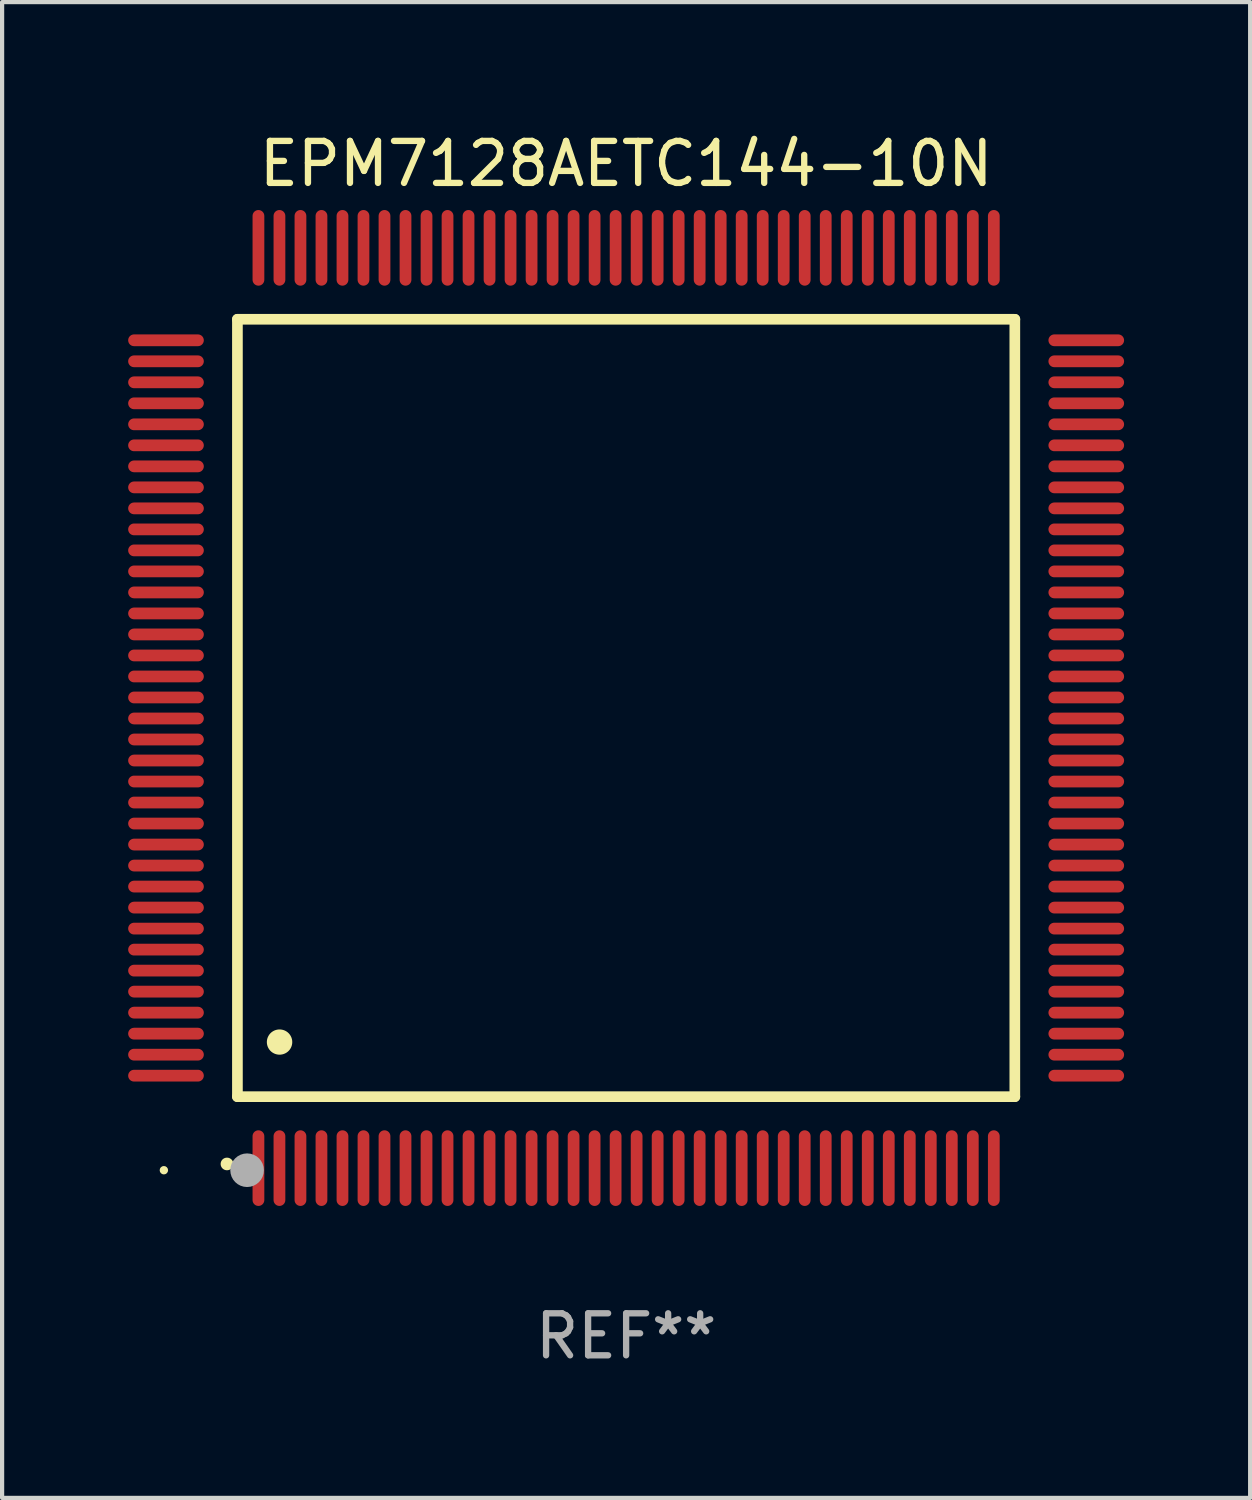
<source format=kicad_pcb>
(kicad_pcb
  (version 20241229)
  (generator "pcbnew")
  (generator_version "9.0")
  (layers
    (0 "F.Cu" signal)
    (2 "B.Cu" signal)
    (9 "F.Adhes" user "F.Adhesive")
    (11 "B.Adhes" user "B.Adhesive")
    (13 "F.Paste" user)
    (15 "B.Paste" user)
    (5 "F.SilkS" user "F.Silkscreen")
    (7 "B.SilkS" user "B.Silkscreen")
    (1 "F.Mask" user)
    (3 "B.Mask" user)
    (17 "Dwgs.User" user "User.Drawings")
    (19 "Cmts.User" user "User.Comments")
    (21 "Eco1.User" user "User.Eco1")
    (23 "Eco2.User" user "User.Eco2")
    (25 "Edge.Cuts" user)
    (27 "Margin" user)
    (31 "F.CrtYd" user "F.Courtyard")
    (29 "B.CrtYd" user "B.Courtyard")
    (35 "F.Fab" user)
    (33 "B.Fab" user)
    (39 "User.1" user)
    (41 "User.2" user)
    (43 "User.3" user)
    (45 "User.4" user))
  (footprint "EPM7128AETC144-10N"
    (layer "F.Cu")
    (at 11.85 13.798)
    (property "Reference" "EPM7128AETC144-10N" (at 0 -12.95 0) (layer "F.SilkS") (effects (font (size 1 1) (thickness 0.15))))
    (attr through_hole)
    (fp_line (start -9.25 -9.25) (end -9.25 9.25) (stroke (width 0.254) (type solid)) (layer "F.SilkS"))
    (fp_line (start -9.25 9.25) (end 9.25 9.25) (stroke (width 0.254) (type solid)) (layer "F.SilkS"))
    (fp_line (start 9.25 -9.25) (end -9.25 -9.25) (stroke (width 0.254) (type solid)) (layer "F.SilkS"))
    (fp_line (start 9.25 9.25) (end 9.25 -9.25) (stroke (width 0.254) (type solid)) (layer "F.SilkS"))
    (fp_arc (start -9.499619 10.850902) (mid -9.498349 10.850897) (end -9.497079 10.850902) (stroke (width 0.3) (type solid)) (layer "F.SilkS"))
    (fp_arc (start -8.249936 7.950216) (mid -8.247396 7.950205) (end -8.244856 7.950216) (stroke (width 0.6) (type solid)) (layer "F.SilkS"))
    (fp_circle (center -11 11) (end -10.95 11) (stroke (width 0.1) (type solid)) (fill no) (layer "F.SilkS"))
    (fp_circle (center -9.02 11) (end -8.82 11) (stroke (width 0.4) (type solid)) (fill no) (layer "F.Fab"))
    (fp_text user "REF**" (at 0 14.95 0) (layer "F.Fab") (effects (font (size 1 1) (thickness 0.15))))
    (pad "1" smd oval (at -8.75 10.95) (size 0.28 1.8) (layers "F.Cu" "F.Mask" "F.Paste"))
    (pad "2" smd oval (at -8.25 10.95) (size 0.28 1.8) (layers "F.Cu" "F.Mask" "F.Paste"))
    (pad "3" smd oval (at -7.75 10.95) (size 0.28 1.8) (layers "F.Cu" "F.Mask" "F.Paste"))
    (pad "4" smd oval (at -7.25 10.95) (size 0.28 1.8) (layers "F.Cu" "F.Mask" "F.Paste"))
    (pad "5" smd oval (at -6.75 10.95) (size 0.28 1.8) (layers "F.Cu" "F.Mask" "F.Paste"))
    (pad "6" smd oval (at -6.25 10.95) (size 0.28 1.8) (layers "F.Cu" "F.Mask" "F.Paste"))
    (pad "7" smd oval (at -5.75 10.95) (size 0.28 1.8) (layers "F.Cu" "F.Mask" "F.Paste"))
    (pad "8" smd oval (at -5.25 10.95) (size 0.28 1.8) (layers "F.Cu" "F.Mask" "F.Paste"))
    (pad "9" smd oval (at -4.75 10.95) (size 0.28 1.8) (layers "F.Cu" "F.Mask" "F.Paste"))
    (pad "10" smd oval (at -4.25 10.95) (size 0.28 1.8) (layers "F.Cu" "F.Mask" "F.Paste"))
    (pad "11" smd oval (at -3.75 10.95) (size 0.28 1.8) (layers "F.Cu" "F.Mask" "F.Paste"))
    (pad "12" smd oval (at -3.25 10.95) (size 0.28 1.8) (layers "F.Cu" "F.Mask" "F.Paste"))
    (pad "13" smd oval (at -2.75 10.95) (size 0.28 1.8) (layers "F.Cu" "F.Mask" "F.Paste"))
    (pad "14" smd oval (at -2.25 10.95) (size 0.28 1.8) (layers "F.Cu" "F.Mask" "F.Paste"))
    (pad "15" smd oval (at -1.75 10.95) (size 0.28 1.8) (layers "F.Cu" "F.Mask" "F.Paste"))
    (pad "16" smd oval (at -1.25 10.95) (size 0.28 1.8) (layers "F.Cu" "F.Mask" "F.Paste"))
    (pad "17" smd oval (at -0.75 10.95) (size 0.28 1.8) (layers "F.Cu" "F.Mask" "F.Paste"))
    (pad "18" smd oval (at -0.25 10.95) (size 0.28 1.8) (layers "F.Cu" "F.Mask" "F.Paste"))
    (pad "19" smd oval (at 0.25 10.95) (size 0.28 1.8) (layers "F.Cu" "F.Mask" "F.Paste"))
    (pad "20" smd oval (at 0.75 10.95) (size 0.28 1.8) (layers "F.Cu" "F.Mask" "F.Paste"))
    (pad "21" smd oval (at 1.25 10.95) (size 0.28 1.8) (layers "F.Cu" "F.Mask" "F.Paste"))
    (pad "22" smd oval (at 1.75 10.95) (size 0.28 1.8) (layers "F.Cu" "F.Mask" "F.Paste"))
    (pad "23" smd oval (at 2.25 10.95) (size 0.28 1.8) (layers "F.Cu" "F.Mask" "F.Paste"))
    (pad "24" smd oval (at 2.75 10.95) (size 0.28 1.8) (layers "F.Cu" "F.Mask" "F.Paste"))
    (pad "25" smd oval (at 3.25 10.95) (size 0.28 1.8) (layers "F.Cu" "F.Mask" "F.Paste"))
    (pad "26" smd oval (at 3.75 10.95) (size 0.28 1.8) (layers "F.Cu" "F.Mask" "F.Paste"))
    (pad "27" smd oval (at 4.25 10.95) (size 0.28 1.8) (layers "F.Cu" "F.Mask" "F.Paste"))
    (pad "28" smd oval (at 4.75 10.95) (size 0.28 1.8) (layers "F.Cu" "F.Mask" "F.Paste"))
    (pad "29" smd oval (at 5.25 10.95) (size 0.28 1.8) (layers "F.Cu" "F.Mask" "F.Paste"))
    (pad "30" smd oval (at 5.75 10.95) (size 0.28 1.8) (layers "F.Cu" "F.Mask" "F.Paste"))
    (pad "31" smd oval (at 6.25 10.95) (size 0.28 1.8) (layers "F.Cu" "F.Mask" "F.Paste"))
    (pad "32" smd oval (at 6.75 10.95) (size 0.28 1.8) (layers "F.Cu" "F.Mask" "F.Paste"))
    (pad "33" smd oval (at 7.25 10.95) (size 0.28 1.8) (layers "F.Cu" "F.Mask" "F.Paste"))
    (pad "34" smd oval (at 7.75 10.95) (size 0.28 1.8) (layers "F.Cu" "F.Mask" "F.Paste"))
    (pad "35" smd oval (at 8.25 10.95) (size 0.28 1.8) (layers "F.Cu" "F.Mask" "F.Paste"))
    (pad "36" smd oval (at 8.75 10.95) (size 0.28 1.8) (layers "F.Cu" "F.Mask" "F.Paste"))
    (pad "37" smd oval (at 10.95 8.75) (size 1.8 0.28) (layers "F.Cu" "F.Mask" "F.Paste"))
    (pad "38" smd oval (at 10.95 8.25) (size 1.8 0.28) (layers "F.Cu" "F.Mask" "F.Paste"))
    (pad "39" smd oval (at 10.95 7.75) (size 1.8 0.28) (layers "F.Cu" "F.Mask" "F.Paste"))
    (pad "40" smd oval (at 10.95 7.25) (size 1.8 0.28) (layers "F.Cu" "F.Mask" "F.Paste"))
    (pad "41" smd oval (at 10.95 6.75) (size 1.8 0.28) (layers "F.Cu" "F.Mask" "F.Paste"))
    (pad "42" smd oval (at 10.95 6.25) (size 1.8 0.28) (layers "F.Cu" "F.Mask" "F.Paste"))
    (pad "43" smd oval (at 10.95 5.75) (size 1.8 0.28) (layers "F.Cu" "F.Mask" "F.Paste"))
    (pad "44" smd oval (at 10.95 5.25) (size 1.8 0.28) (layers "F.Cu" "F.Mask" "F.Paste"))
    (pad "45" smd oval (at 10.95 4.75) (size 1.8 0.28) (layers "F.Cu" "F.Mask" "F.Paste"))
    (pad "46" smd oval (at 10.95 4.25) (size 1.8 0.28) (layers "F.Cu" "F.Mask" "F.Paste"))
    (pad "47" smd oval (at 10.95 3.75) (size 1.8 0.28) (layers "F.Cu" "F.Mask" "F.Paste"))
    (pad "48" smd oval (at 10.95 3.25) (size 1.8 0.28) (layers "F.Cu" "F.Mask" "F.Paste"))
    (pad "49" smd oval (at 10.95 2.75) (size 1.8 0.28) (layers "F.Cu" "F.Mask" "F.Paste"))
    (pad "50" smd oval (at 10.95 2.25) (size 1.8 0.28) (layers "F.Cu" "F.Mask" "F.Paste"))
    (pad "51" smd oval (at 10.95 1.75) (size 1.8 0.28) (layers "F.Cu" "F.Mask" "F.Paste"))
    (pad "52" smd oval (at 10.95 1.25) (size 1.8 0.28) (layers "F.Cu" "F.Mask" "F.Paste"))
    (pad "53" smd oval (at 10.95 0.75) (size 1.8 0.28) (layers "F.Cu" "F.Mask" "F.Paste"))
    (pad "54" smd oval (at 10.95 0.25) (size 1.8 0.28) (layers "F.Cu" "F.Mask" "F.Paste"))
    (pad "55" smd oval (at 10.95 -0.25) (size 1.8 0.28) (layers "F.Cu" "F.Mask" "F.Paste"))
    (pad "56" smd oval (at 10.95 -0.75) (size 1.8 0.28) (layers "F.Cu" "F.Mask" "F.Paste"))
    (pad "57" smd oval (at 10.95 -1.25) (size 1.8 0.28) (layers "F.Cu" "F.Mask" "F.Paste"))
    (pad "58" smd oval (at 10.95 -1.75) (size 1.8 0.28) (layers "F.Cu" "F.Mask" "F.Paste"))
    (pad "59" smd oval (at 10.95 -2.25) (size 1.8 0.28) (layers "F.Cu" "F.Mask" "F.Paste"))
    (pad "60" smd oval (at 10.95 -2.75) (size 1.8 0.28) (layers "F.Cu" "F.Mask" "F.Paste"))
    (pad "61" smd oval (at 10.95 -3.25) (size 1.8 0.28) (layers "F.Cu" "F.Mask" "F.Paste"))
    (pad "62" smd oval (at 10.95 -3.75) (size 1.8 0.28) (layers "F.Cu" "F.Mask" "F.Paste"))
    (pad "63" smd oval (at 10.95 -4.25) (size 1.8 0.28) (layers "F.Cu" "F.Mask" "F.Paste"))
    (pad "64" smd oval (at 10.95 -4.75) (size 1.8 0.28) (layers "F.Cu" "F.Mask" "F.Paste"))
    (pad "65" smd oval (at 10.95 -5.25) (size 1.8 0.28) (layers "F.Cu" "F.Mask" "F.Paste"))
    (pad "66" smd oval (at 10.95 -5.75) (size 1.8 0.28) (layers "F.Cu" "F.Mask" "F.Paste"))
    (pad "67" smd oval (at 10.95 -6.25) (size 1.8 0.28) (layers "F.Cu" "F.Mask" "F.Paste"))
    (pad "68" smd oval (at 10.95 -6.75) (size 1.8 0.28) (layers "F.Cu" "F.Mask" "F.Paste"))
    (pad "69" smd oval (at 10.95 -7.25) (size 1.8 0.28) (layers "F.Cu" "F.Mask" "F.Paste"))
    (pad "70" smd oval (at 10.95 -7.75) (size 1.8 0.28) (layers "F.Cu" "F.Mask" "F.Paste"))
    (pad "71" smd oval (at 10.95 -8.25) (size 1.8 0.28) (layers "F.Cu" "F.Mask" "F.Paste"))
    (pad "72" smd oval (at 10.95 -8.75) (size 1.8 0.28) (layers "F.Cu" "F.Mask" "F.Paste"))
    (pad "73" smd oval (at 8.75 -10.95) (size 0.28 1.8) (layers "F.Cu" "F.Mask" "F.Paste"))
    (pad "74" smd oval (at 8.25 -10.95) (size 0.28 1.8) (layers "F.Cu" "F.Mask" "F.Paste"))
    (pad "75" smd oval (at 7.75 -10.95) (size 0.28 1.8) (layers "F.Cu" "F.Mask" "F.Paste"))
    (pad "76" smd oval (at 7.25 -10.95) (size 0.28 1.8) (layers "F.Cu" "F.Mask" "F.Paste"))
    (pad "77" smd oval (at 6.75 -10.95) (size 0.28 1.8) (layers "F.Cu" "F.Mask" "F.Paste"))
    (pad "78" smd oval (at 6.25 -10.95) (size 0.28 1.8) (layers "F.Cu" "F.Mask" "F.Paste"))
    (pad "79" smd oval (at 5.75 -10.95) (size 0.28 1.8) (layers "F.Cu" "F.Mask" "F.Paste"))
    (pad "80" smd oval (at 5.25 -10.95) (size 0.28 1.8) (layers "F.Cu" "F.Mask" "F.Paste"))
    (pad "81" smd oval (at 4.75 -10.95) (size 0.28 1.8) (layers "F.Cu" "F.Mask" "F.Paste"))
    (pad "82" smd oval (at 4.25 -10.95) (size 0.28 1.8) (layers "F.Cu" "F.Mask" "F.Paste"))
    (pad "83" smd oval (at 3.75 -10.95) (size 0.28 1.8) (layers "F.Cu" "F.Mask" "F.Paste"))
    (pad "84" smd oval (at 3.25 -10.95) (size 0.28 1.8) (layers "F.Cu" "F.Mask" "F.Paste"))
    (pad "85" smd oval (at 2.75 -10.95) (size 0.28 1.8) (layers "F.Cu" "F.Mask" "F.Paste"))
    (pad "86" smd oval (at 2.25 -10.95) (size 0.28 1.8) (layers "F.Cu" "F.Mask" "F.Paste"))
    (pad "87" smd oval (at 1.75 -10.95) (size 0.28 1.8) (layers "F.Cu" "F.Mask" "F.Paste"))
    (pad "88" smd oval (at 1.25 -10.95) (size 0.28 1.8) (layers "F.Cu" "F.Mask" "F.Paste"))
    (pad "89" smd oval (at 0.75 -10.95) (size 0.28 1.8) (layers "F.Cu" "F.Mask" "F.Paste"))
    (pad "90" smd oval (at 0.25 -10.95) (size 0.28 1.8) (layers "F.Cu" "F.Mask" "F.Paste"))
    (pad "91" smd oval (at -0.25 -10.95) (size 0.28 1.8) (layers "F.Cu" "F.Mask" "F.Paste"))
    (pad "92" smd oval (at -0.75 -10.95) (size 0.28 1.8) (layers "F.Cu" "F.Mask" "F.Paste"))
    (pad "93" smd oval (at -1.25 -10.95) (size 0.28 1.8) (layers "F.Cu" "F.Mask" "F.Paste"))
    (pad "94" smd oval (at -1.75 -10.95) (size 0.28 1.8) (layers "F.Cu" "F.Mask" "F.Paste"))
    (pad "95" smd oval (at -2.25 -10.95) (size 0.28 1.8) (layers "F.Cu" "F.Mask" "F.Paste"))
    (pad "96" smd oval (at -2.75 -10.95) (size 0.28 1.8) (layers "F.Cu" "F.Mask" "F.Paste"))
    (pad "97" smd oval (at -3.25 -10.95) (size 0.28 1.8) (layers "F.Cu" "F.Mask" "F.Paste"))
    (pad "98" smd oval (at -3.75 -10.95) (size 0.28 1.8) (layers "F.Cu" "F.Mask" "F.Paste"))
    (pad "99" smd oval (at -4.25 -10.95) (size 0.28 1.8) (layers "F.Cu" "F.Mask" "F.Paste"))
    (pad "100" smd oval (at -4.75 -10.95) (size 0.28 1.8) (layers "F.Cu" "F.Mask" "F.Paste"))
    (pad "101" smd oval (at -5.25 -10.95) (size 0.28 1.8) (layers "F.Cu" "F.Mask" "F.Paste"))
    (pad "102" smd oval (at -5.75 -10.95) (size 0.28 1.8) (layers "F.Cu" "F.Mask" "F.Paste"))
    (pad "103" smd oval (at -6.25 -10.95) (size 0.28 1.8) (layers "F.Cu" "F.Mask" "F.Paste"))
    (pad "104" smd oval (at -6.75 -10.95) (size 0.28 1.8) (layers "F.Cu" "F.Mask" "F.Paste"))
    (pad "105" smd oval (at -7.25 -10.95) (size 0.28 1.8) (layers "F.Cu" "F.Mask" "F.Paste"))
    (pad "106" smd oval (at -7.75 -10.95) (size 0.28 1.8) (layers "F.Cu" "F.Mask" "F.Paste"))
    (pad "107" smd oval (at -8.25 -10.95) (size 0.28 1.8) (layers "F.Cu" "F.Mask" "F.Paste"))
    (pad "108" smd oval (at -8.75 -10.95) (size 0.28 1.8) (layers "F.Cu" "F.Mask" "F.Paste"))
    (pad "109" smd oval (at -10.95 -8.75) (size 1.8 0.28) (layers "F.Cu" "F.Mask" "F.Paste"))
    (pad "110" smd oval (at -10.95 -8.25) (size 1.8 0.28) (layers "F.Cu" "F.Mask" "F.Paste"))
    (pad "111" smd oval (at -10.95 -7.75) (size 1.8 0.28) (layers "F.Cu" "F.Mask" "F.Paste"))
    (pad "112" smd oval (at -10.95 -7.25) (size 1.8 0.28) (layers "F.Cu" "F.Mask" "F.Paste"))
    (pad "113" smd oval (at -10.95 -6.75) (size 1.8 0.28) (layers "F.Cu" "F.Mask" "F.Paste"))
    (pad "114" smd oval (at -10.95 -6.25) (size 1.8 0.28) (layers "F.Cu" "F.Mask" "F.Paste"))
    (pad "115" smd oval (at -10.95 -5.75) (size 1.8 0.28) (layers "F.Cu" "F.Mask" "F.Paste"))
    (pad "116" smd oval (at -10.95 -5.25) (size 1.8 0.28) (layers "F.Cu" "F.Mask" "F.Paste"))
    (pad "117" smd oval (at -10.95 -4.75) (size 1.8 0.28) (layers "F.Cu" "F.Mask" "F.Paste"))
    (pad "118" smd oval (at -10.95 -4.25) (size 1.8 0.28) (layers "F.Cu" "F.Mask" "F.Paste"))
    (pad "119" smd oval (at -10.95 -3.75) (size 1.8 0.28) (layers "F.Cu" "F.Mask" "F.Paste"))
    (pad "120" smd oval (at -10.95 -3.25) (size 1.8 0.28) (layers "F.Cu" "F.Mask" "F.Paste"))
    (pad "121" smd oval (at -10.95 -2.75) (size 1.8 0.28) (layers "F.Cu" "F.Mask" "F.Paste"))
    (pad "122" smd oval (at -10.95 -2.25) (size 1.8 0.28) (layers "F.Cu" "F.Mask" "F.Paste"))
    (pad "123" smd oval (at -10.95 -1.75) (size 1.8 0.28) (layers "F.Cu" "F.Mask" "F.Paste"))
    (pad "124" smd oval (at -10.95 -1.25) (size 1.8 0.28) (layers "F.Cu" "F.Mask" "F.Paste"))
    (pad "125" smd oval (at -10.95 -0.75) (size 1.8 0.28) (layers "F.Cu" "F.Mask" "F.Paste"))
    (pad "126" smd oval (at -10.95 -0.25) (size 1.8 0.28) (layers "F.Cu" "F.Mask" "F.Paste"))
    (pad "127" smd oval (at -10.95 0.25) (size 1.8 0.28) (layers "F.Cu" "F.Mask" "F.Paste"))
    (pad "128" smd oval (at -10.95 0.75) (size 1.8 0.28) (layers "F.Cu" "F.Mask" "F.Paste"))
    (pad "129" smd oval (at -10.95 1.25) (size 1.8 0.28) (layers "F.Cu" "F.Mask" "F.Paste"))
    (pad "130" smd oval (at -10.95 1.75) (size 1.8 0.28) (layers "F.Cu" "F.Mask" "F.Paste"))
    (pad "131" smd oval (at -10.95 2.25) (size 1.8 0.28) (layers "F.Cu" "F.Mask" "F.Paste"))
    (pad "132" smd oval (at -10.95 2.75) (size 1.8 0.28) (layers "F.Cu" "F.Mask" "F.Paste"))
    (pad "133" smd oval (at -10.95 3.25) (size 1.8 0.28) (layers "F.Cu" "F.Mask" "F.Paste"))
    (pad "134" smd oval (at -10.95 3.75) (size 1.8 0.28) (layers "F.Cu" "F.Mask" "F.Paste"))
    (pad "135" smd oval (at -10.95 4.25) (size 1.8 0.28) (layers "F.Cu" "F.Mask" "F.Paste"))
    (pad "136" smd oval (at -10.95 4.75) (size 1.8 0.28) (layers "F.Cu" "F.Mask" "F.Paste"))
    (pad "137" smd oval (at -10.95 5.25) (size 1.8 0.28) (layers "F.Cu" "F.Mask" "F.Paste"))
    (pad "138" smd oval (at -10.95 5.75) (size 1.8 0.28) (layers "F.Cu" "F.Mask" "F.Paste"))
    (pad "139" smd oval (at -10.95 6.25) (size 1.8 0.28) (layers "F.Cu" "F.Mask" "F.Paste"))
    (pad "140" smd oval (at -10.95 6.75) (size 1.8 0.28) (layers "F.Cu" "F.Mask" "F.Paste"))
    (pad "141" smd oval (at -10.95 7.25) (size 1.8 0.28) (layers "F.Cu" "F.Mask" "F.Paste"))
    (pad "142" smd oval (at -10.95 7.75) (size 1.8 0.28) (layers "F.Cu" "F.Mask" "F.Paste"))
    (pad "143" smd oval (at -10.95 8.25) (size 1.8 0.28) (layers "F.Cu" "F.Mask" "F.Paste"))
    (pad "144" smd oval (at -10.95 8.75) (size 1.8 0.28) (layers "F.Cu" "F.Mask" "F.Paste")))
  (gr_rect
    (start -3 -3)
    (end 26.7 32.596)
    (stroke (width 0.1) (type default))
    (fill no)
    (layer "Edge.Cuts")))
</source>
